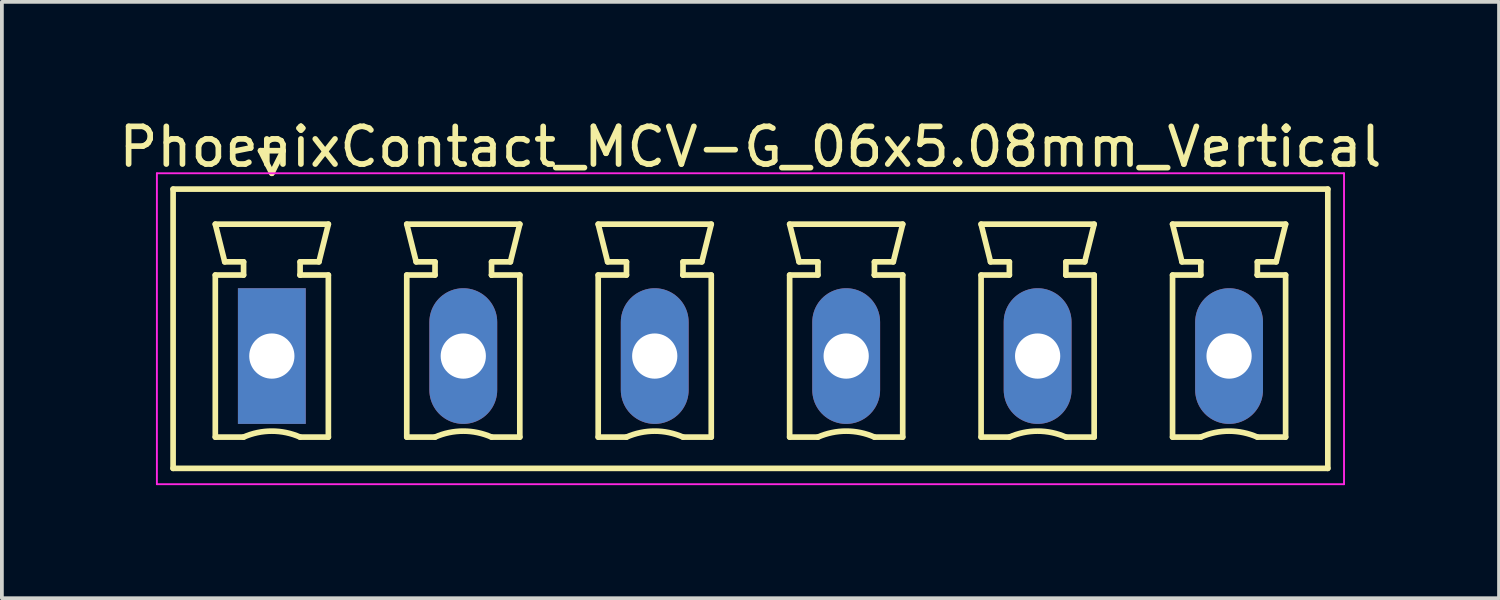
<source format=kicad_pcb>
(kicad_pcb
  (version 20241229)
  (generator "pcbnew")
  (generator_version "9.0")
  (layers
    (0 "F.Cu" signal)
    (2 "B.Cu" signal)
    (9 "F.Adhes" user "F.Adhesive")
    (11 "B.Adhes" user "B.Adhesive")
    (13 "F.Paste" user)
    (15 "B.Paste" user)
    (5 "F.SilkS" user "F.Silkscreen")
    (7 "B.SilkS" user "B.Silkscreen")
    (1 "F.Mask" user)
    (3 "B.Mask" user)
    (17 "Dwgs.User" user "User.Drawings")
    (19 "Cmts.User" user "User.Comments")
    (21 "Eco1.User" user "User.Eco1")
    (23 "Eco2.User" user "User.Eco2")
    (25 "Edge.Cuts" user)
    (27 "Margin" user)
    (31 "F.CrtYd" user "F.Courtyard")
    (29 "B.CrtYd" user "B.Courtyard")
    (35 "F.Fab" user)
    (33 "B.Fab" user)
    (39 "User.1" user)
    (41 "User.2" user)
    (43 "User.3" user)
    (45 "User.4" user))
  (footprint "PhoenixContact_MCV-G_06x5.08mm_Vertical"
    (layer "F.Cu")
    (at 4.163 6.398)
    (property "Reference" "PhoenixContact_MCV-G_06x5.08mm_Vertical" (at 12.7 -5.55 0) (layer "F.SilkS") (effects (font (size 1 1) (thickness 0.15))))
    (attr through_hole)
    (fp_line (start -2.62 -4.43) (end -2.62 2.98) (stroke (width 0.15) (type solid)) (layer "F.SilkS"))
    (fp_line (start -2.62 2.98) (end 28.02 2.98) (stroke (width 0.15) (type solid)) (layer "F.SilkS"))
    (fp_line (start -1.5 -3.5) (end 1.5 -3.5) (stroke (width 0.15) (type solid)) (layer "F.SilkS"))
    (fp_line (start -1.5 -2.15) (end -0.75 -2.15) (stroke (width 0.15) (type solid)) (layer "F.SilkS"))
    (fp_line (start -1.5 2.15) (end -1.5 -2.15) (stroke (width 0.15) (type solid)) (layer "F.SilkS"))
    (fp_line (start -1.25 -2.5) (end -1.5 -3.5) (stroke (width 0.15) (type solid)) (layer "F.SilkS"))
    (fp_line (start -0.75 -2.5) (end -1.25 -2.5) (stroke (width 0.15) (type solid)) (layer "F.SilkS"))
    (fp_line (start -0.75 -2.15) (end -0.75 -2.5) (stroke (width 0.15) (type solid)) (layer "F.SilkS"))
    (fp_line (start -0.75 2.15) (end -1.5 2.15) (stroke (width 0.15) (type solid)) (layer "F.SilkS"))
    (fp_line (start -0.3 -5.45) (end 0 -4.85) (stroke (width 0.15) (type solid)) (layer "F.SilkS"))
    (fp_line (start 0 -4.85) (end 0.3 -5.45) (stroke (width 0.15) (type solid)) (layer "F.SilkS"))
    (fp_line (start 0.3 -5.45) (end -0.3 -5.45) (stroke (width 0.15) (type solid)) (layer "F.SilkS"))
    (fp_line (start 0.75 -2.5) (end 0.75 -2.15) (stroke (width 0.15) (type solid)) (layer "F.SilkS"))
    (fp_line (start 0.75 -2.15) (end 0.75 -2.15) (stroke (width 0.15) (type solid)) (layer "F.SilkS"))
    (fp_line (start 0.75 -2.15) (end 1.5 -2.15) (stroke (width 0.15) (type solid)) (layer "F.SilkS"))
    (fp_line (start 1.25 -2.5) (end 0.75 -2.5) (stroke (width 0.15) (type solid)) (layer "F.SilkS"))
    (fp_line (start 1.5 -3.5) (end 1.25 -2.5) (stroke (width 0.15) (type solid)) (layer "F.SilkS"))
    (fp_line (start 1.5 -2.15) (end 1.5 2.15) (stroke (width 0.15) (type solid)) (layer "F.SilkS"))
    (fp_line (start 1.5 2.15) (end 0.75 2.15) (stroke (width 0.15) (type solid)) (layer "F.SilkS"))
    (fp_line (start 3.58 -3.5) (end 6.58 -3.5) (stroke (width 0.15) (type solid)) (layer "F.SilkS"))
    (fp_line (start 3.58 -2.15) (end 4.33 -2.15) (stroke (width 0.15) (type solid)) (layer "F.SilkS"))
    (fp_line (start 3.58 2.15) (end 3.58 -2.15) (stroke (width 0.15) (type solid)) (layer "F.SilkS"))
    (fp_line (start 3.83 -2.5) (end 3.58 -3.5) (stroke (width 0.15) (type solid)) (layer "F.SilkS"))
    (fp_line (start 4.33 -2.5) (end 3.83 -2.5) (stroke (width 0.15) (type solid)) (layer "F.SilkS"))
    (fp_line (start 4.33 -2.15) (end 4.33 -2.5) (stroke (width 0.15) (type solid)) (layer "F.SilkS"))
    (fp_line (start 4.33 2.15) (end 3.58 2.15) (stroke (width 0.15) (type solid)) (layer "F.SilkS"))
    (fp_line (start 5.83 -2.5) (end 5.83 -2.15) (stroke (width 0.15) (type solid)) (layer "F.SilkS"))
    (fp_line (start 5.83 -2.15) (end 5.83 -2.15) (stroke (width 0.15) (type solid)) (layer "F.SilkS"))
    (fp_line (start 5.83 -2.15) (end 6.58 -2.15) (stroke (width 0.15) (type solid)) (layer "F.SilkS"))
    (fp_line (start 6.33 -2.5) (end 5.83 -2.5) (stroke (width 0.15) (type solid)) (layer "F.SilkS"))
    (fp_line (start 6.58 -3.5) (end 6.33 -2.5) (stroke (width 0.15) (type solid)) (layer "F.SilkS"))
    (fp_line (start 6.58 -2.15) (end 6.58 2.15) (stroke (width 0.15) (type solid)) (layer "F.SilkS"))
    (fp_line (start 6.58 2.15) (end 5.83 2.15) (stroke (width 0.15) (type solid)) (layer "F.SilkS"))
    (fp_line (start 8.66 -3.5) (end 11.66 -3.5) (stroke (width 0.15) (type solid)) (layer "F.SilkS"))
    (fp_line (start 8.66 -2.15) (end 9.41 -2.15) (stroke (width 0.15) (type solid)) (layer "F.SilkS"))
    (fp_line (start 8.66 2.15) (end 8.66 -2.15) (stroke (width 0.15) (type solid)) (layer "F.SilkS"))
    (fp_line (start 8.91 -2.5) (end 8.66 -3.5) (stroke (width 0.15) (type solid)) (layer "F.SilkS"))
    (fp_line (start 9.41 -2.5) (end 8.91 -2.5) (stroke (width 0.15) (type solid)) (layer "F.SilkS"))
    (fp_line (start 9.41 -2.15) (end 9.41 -2.5) (stroke (width 0.15) (type solid)) (layer "F.SilkS"))
    (fp_line (start 9.41 2.15) (end 8.66 2.15) (stroke (width 0.15) (type solid)) (layer "F.SilkS"))
    (fp_line (start 10.91 -2.5) (end 10.91 -2.15) (stroke (width 0.15) (type solid)) (layer "F.SilkS"))
    (fp_line (start 10.91 -2.15) (end 10.91 -2.15) (stroke (width 0.15) (type solid)) (layer "F.SilkS"))
    (fp_line (start 10.91 -2.15) (end 11.66 -2.15) (stroke (width 0.15) (type solid)) (layer "F.SilkS"))
    (fp_line (start 11.41 -2.5) (end 10.91 -2.5) (stroke (width 0.15) (type solid)) (layer "F.SilkS"))
    (fp_line (start 11.66 -3.5) (end 11.41 -2.5) (stroke (width 0.15) (type solid)) (layer "F.SilkS"))
    (fp_line (start 11.66 -2.15) (end 11.66 2.15) (stroke (width 0.15) (type solid)) (layer "F.SilkS"))
    (fp_line (start 11.66 2.15) (end 10.91 2.15) (stroke (width 0.15) (type solid)) (layer "F.SilkS"))
    (fp_line (start 13.74 -3.5) (end 16.74 -3.5) (stroke (width 0.15) (type solid)) (layer "F.SilkS"))
    (fp_line (start 13.74 -2.15) (end 14.49 -2.15) (stroke (width 0.15) (type solid)) (layer "F.SilkS"))
    (fp_line (start 13.74 2.15) (end 13.74 -2.15) (stroke (width 0.15) (type solid)) (layer "F.SilkS"))
    (fp_line (start 13.99 -2.5) (end 13.74 -3.5) (stroke (width 0.15) (type solid)) (layer "F.SilkS"))
    (fp_line (start 14.49 -2.5) (end 13.99 -2.5) (stroke (width 0.15) (type solid)) (layer "F.SilkS"))
    (fp_line (start 14.49 -2.15) (end 14.49 -2.5) (stroke (width 0.15) (type solid)) (layer "F.SilkS"))
    (fp_line (start 14.49 2.15) (end 13.74 2.15) (stroke (width 0.15) (type solid)) (layer "F.SilkS"))
    (fp_line (start 15.99 -2.5) (end 15.99 -2.15) (stroke (width 0.15) (type solid)) (layer "F.SilkS"))
    (fp_line (start 15.99 -2.15) (end 15.99 -2.15) (stroke (width 0.15) (type solid)) (layer "F.SilkS"))
    (fp_line (start 15.99 -2.15) (end 16.74 -2.15) (stroke (width 0.15) (type solid)) (layer "F.SilkS"))
    (fp_line (start 16.49 -2.5) (end 15.99 -2.5) (stroke (width 0.15) (type solid)) (layer "F.SilkS"))
    (fp_line (start 16.74 -3.5) (end 16.49 -2.5) (stroke (width 0.15) (type solid)) (layer "F.SilkS"))
    (fp_line (start 16.74 -2.15) (end 16.74 2.15) (stroke (width 0.15) (type solid)) (layer "F.SilkS"))
    (fp_line (start 16.74 2.15) (end 15.99 2.15) (stroke (width 0.15) (type solid)) (layer "F.SilkS"))
    (fp_line (start 18.82 -3.5) (end 21.82 -3.5) (stroke (width 0.15) (type solid)) (layer "F.SilkS"))
    (fp_line (start 18.82 -2.15) (end 19.57 -2.15) (stroke (width 0.15) (type solid)) (layer "F.SilkS"))
    (fp_line (start 18.82 2.15) (end 18.82 -2.15) (stroke (width 0.15) (type solid)) (layer "F.SilkS"))
    (fp_line (start 19.07 -2.5) (end 18.82 -3.5) (stroke (width 0.15) (type solid)) (layer "F.SilkS"))
    (fp_line (start 19.57 -2.5) (end 19.07 -2.5) (stroke (width 0.15) (type solid)) (layer "F.SilkS"))
    (fp_line (start 19.57 -2.15) (end 19.57 -2.5) (stroke (width 0.15) (type solid)) (layer "F.SilkS"))
    (fp_line (start 19.57 2.15) (end 18.82 2.15) (stroke (width 0.15) (type solid)) (layer "F.SilkS"))
    (fp_line (start 21.07 -2.5) (end 21.07 -2.15) (stroke (width 0.15) (type solid)) (layer "F.SilkS"))
    (fp_line (start 21.07 -2.15) (end 21.07 -2.15) (stroke (width 0.15) (type solid)) (layer "F.SilkS"))
    (fp_line (start 21.07 -2.15) (end 21.82 -2.15) (stroke (width 0.15) (type solid)) (layer "F.SilkS"))
    (fp_line (start 21.57 -2.5) (end 21.07 -2.5) (stroke (width 0.15) (type solid)) (layer "F.SilkS"))
    (fp_line (start 21.82 -3.5) (end 21.57 -2.5) (stroke (width 0.15) (type solid)) (layer "F.SilkS"))
    (fp_line (start 21.82 -2.15) (end 21.82 2.15) (stroke (width 0.15) (type solid)) (layer "F.SilkS"))
    (fp_line (start 21.82 2.15) (end 21.07 2.15) (stroke (width 0.15) (type solid)) (layer "F.SilkS"))
    (fp_line (start 23.9 -3.5) (end 26.9 -3.5) (stroke (width 0.15) (type solid)) (layer "F.SilkS"))
    (fp_line (start 23.9 -2.15) (end 24.65 -2.15) (stroke (width 0.15) (type solid)) (layer "F.SilkS"))
    (fp_line (start 23.9 2.15) (end 23.9 -2.15) (stroke (width 0.15) (type solid)) (layer "F.SilkS"))
    (fp_line (start 24.15 -2.5) (end 23.9 -3.5) (stroke (width 0.15) (type solid)) (layer "F.SilkS"))
    (fp_line (start 24.65 -2.5) (end 24.15 -2.5) (stroke (width 0.15) (type solid)) (layer "F.SilkS"))
    (fp_line (start 24.65 -2.15) (end 24.65 -2.5) (stroke (width 0.15) (type solid)) (layer "F.SilkS"))
    (fp_line (start 24.65 2.15) (end 23.9 2.15) (stroke (width 0.15) (type solid)) (layer "F.SilkS"))
    (fp_line (start 26.15 -2.5) (end 26.15 -2.15) (stroke (width 0.15) (type solid)) (layer "F.SilkS"))
    (fp_line (start 26.15 -2.15) (end 26.15 -2.15) (stroke (width 0.15) (type solid)) (layer "F.SilkS"))
    (fp_line (start 26.15 -2.15) (end 26.9 -2.15) (stroke (width 0.15) (type solid)) (layer "F.SilkS"))
    (fp_line (start 26.65 -2.5) (end 26.15 -2.5) (stroke (width 0.15) (type solid)) (layer "F.SilkS"))
    (fp_line (start 26.9 -3.5) (end 26.65 -2.5) (stroke (width 0.15) (type solid)) (layer "F.SilkS"))
    (fp_line (start 26.9 -2.15) (end 26.9 2.15) (stroke (width 0.15) (type solid)) (layer "F.SilkS"))
    (fp_line (start 26.9 2.15) (end 26.15 2.15) (stroke (width 0.15) (type solid)) (layer "F.SilkS"))
    (fp_line (start 28.02 -4.43) (end -2.62 -4.43) (stroke (width 0.15) (type solid)) (layer "F.SilkS"))
    (fp_line (start 28.02 2.98) (end 28.02 -4.43) (stroke (width 0.15) (type solid)) (layer "F.SilkS"))
    (fp_arc (start -0.75 2.15) (mid -0.000193 1.99191) (end 0.749647 2.149844) (stroke (width 0.15) (type solid)) (layer "F.SilkS"))
    (fp_arc (start 4.33 2.15) (mid 5.079807 1.99191) (end 5.829647 2.149844) (stroke (width 0.15) (type solid)) (layer "F.SilkS"))
    (fp_arc (start 9.41 2.15) (mid 10.159807 1.99191) (end 10.909647 2.149844) (stroke (width 0.15) (type solid)) (layer "F.SilkS"))
    (fp_arc (start 14.49 2.15) (mid 15.239807 1.99191) (end 15.989647 2.149844) (stroke (width 0.15) (type solid)) (layer "F.SilkS"))
    (fp_arc (start 19.57 2.15) (mid 20.319807 1.99191) (end 21.069647 2.149844) (stroke (width 0.15) (type solid)) (layer "F.SilkS"))
    (fp_arc (start 24.65 2.15) (mid 25.399807 1.99191) (end 26.149647 2.149844) (stroke (width 0.15) (type solid)) (layer "F.SilkS"))
    (fp_line (start -3.05 -4.85) (end -3.05 3.4) (stroke (width 0.05) (type solid)) (layer "F.CrtYd"))
    (fp_line (start -3.05 3.4) (end 28.45 3.4) (stroke (width 0.05) (type solid)) (layer "F.CrtYd"))
    (fp_line (start 28.45 -4.85) (end -3.05 -4.85) (stroke (width 0.05) (type solid)) (layer "F.CrtYd"))
    (fp_line (start 28.45 3.4) (end 28.45 -4.85) (stroke (width 0.05) (type solid)) (layer "F.CrtYd"))
    (pad "1" thru_hole rect (at 0 0) (size 1.8 3.6) (drill 1.2) (layers "*.Cu" "*.Mask"))
    (pad "2" thru_hole oval (at 5.08 0) (size 1.8 3.6) (drill 1.2) (layers "*.Cu" "*.Mask"))
    (pad "3" thru_hole oval (at 10.16 0) (size 1.8 3.6) (drill 1.2) (layers "*.Cu" "*.Mask"))
    (pad "4" thru_hole oval (at 15.24 0) (size 1.8 3.6) (drill 1.2) (layers "*.Cu" "*.Mask"))
    (pad "5" thru_hole oval (at 20.32 0) (size 1.8 3.6) (drill 1.2) (layers "*.Cu" "*.Mask"))
    (pad "6" thru_hole oval (at 25.4 0) (size 1.8 3.6) (drill 1.2) (layers "*.Cu" "*.Mask")))
  (gr_rect
    (start -3 -3)
    (end 36.726 12.823)
    (stroke (width 0.1) (type default))
    (fill no)
    (layer "Edge.Cuts")))
</source>
